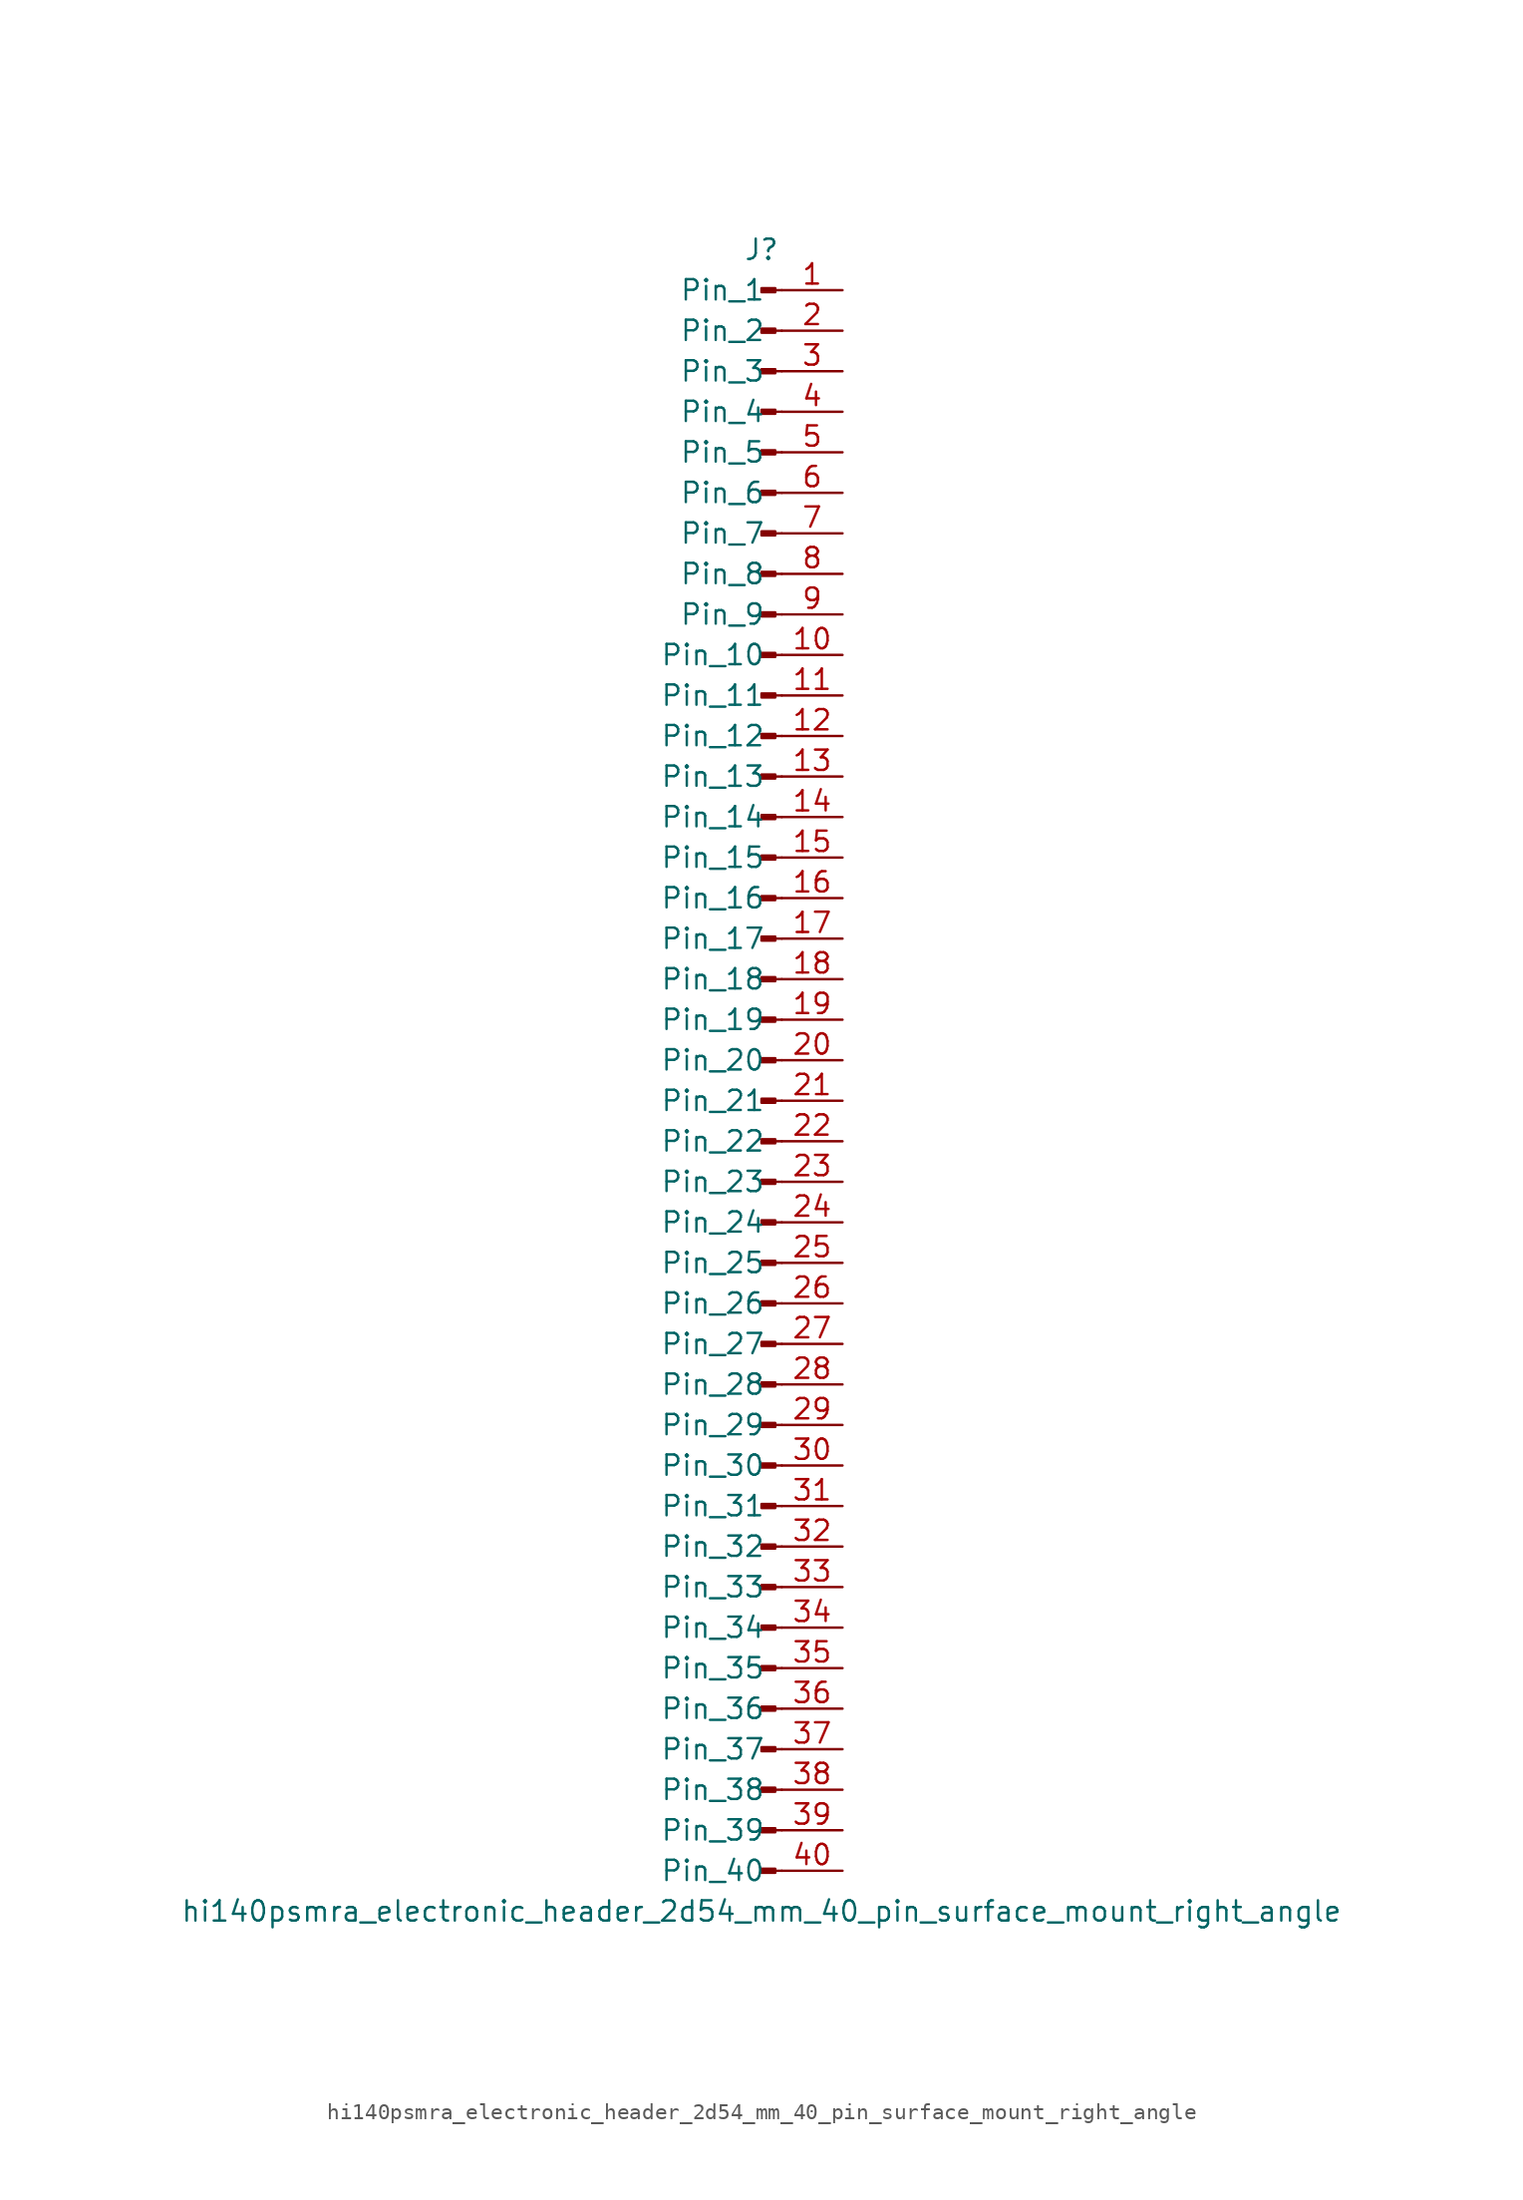
<source format=kicad_sym>
(kicad_symbol_lib
  (version 20220914)
  (generator kicad_symbol_editor)
  (symbol "hi140psmra_electronic_header_2d54_mm_40_pin_surface_mount_right_angle"
    (pin_names
      (offset 1.016))
    (property "Reference" "J"
      (at 0 50.8 0)
      (effects (font (size 1.27 1.27))))
    (property "Value" "hi140psmra_electronic_header_2d54_mm_40_pin_surface_mount_right_angle"
      (at 0 -53.34 0)
      (effects (font (size 1.27 1.27))))
    (property "ki_locked" ""
      (at 0 0 0)
      (effects (font (size 1.27 1.27))))
    (symbol "hi140psmra_electronic_header_2d54_mm_40_pin_surface_mount_right_angle_1_1"
      (polyline (pts (xy 1.27 -50.8) (xy 0.864 -50.8)) (stroke (width 0.152) (type default)) (fill (type none)))
      (polyline (pts (xy 1.27 -48.26) (xy 0.864 -48.26)) (stroke (width 0.152) (type default)) (fill (type none)))
      (polyline (pts (xy 1.27 -45.72) (xy 0.864 -45.72)) (stroke (width 0.152) (type default)) (fill (type none)))
      (polyline (pts (xy 1.27 -43.18) (xy 0.864 -43.18)) (stroke (width 0.152) (type default)) (fill (type none)))
      (polyline (pts (xy 1.27 -40.64) (xy 0.864 -40.64)) (stroke (width 0.152) (type default)) (fill (type none)))
      (polyline (pts (xy 1.27 -38.1) (xy 0.864 -38.1)) (stroke (width 0.152) (type default)) (fill (type none)))
      (polyline (pts (xy 1.27 -35.56) (xy 0.864 -35.56)) (stroke (width 0.152) (type default)) (fill (type none)))
      (polyline (pts (xy 1.27 -33.02) (xy 0.864 -33.02)) (stroke (width 0.152) (type default)) (fill (type none)))
      (polyline (pts (xy 1.27 -30.48) (xy 0.864 -30.48)) (stroke (width 0.152) (type default)) (fill (type none)))
      (polyline (pts (xy 1.27 -27.94) (xy 0.864 -27.94)) (stroke (width 0.152) (type default)) (fill (type none)))
      (polyline (pts (xy 1.27 -25.4) (xy 0.864 -25.4)) (stroke (width 0.152) (type default)) (fill (type none)))
      (polyline (pts (xy 1.27 -22.86) (xy 0.864 -22.86)) (stroke (width 0.152) (type default)) (fill (type none)))
      (polyline (pts (xy 1.27 -20.32) (xy 0.864 -20.32)) (stroke (width 0.152) (type default)) (fill (type none)))
      (polyline (pts (xy 1.27 -17.78) (xy 0.864 -17.78)) (stroke (width 0.152) (type default)) (fill (type none)))
      (polyline (pts (xy 1.27 -15.24) (xy 0.864 -15.24)) (stroke (width 0.152) (type default)) (fill (type none)))
      (polyline (pts (xy 1.27 -12.7) (xy 0.864 -12.7)) (stroke (width 0.152) (type default)) (fill (type none)))
      (polyline (pts (xy 1.27 -10.16) (xy 0.864 -10.16)) (stroke (width 0.152) (type default)) (fill (type none)))
      (polyline (pts (xy 1.27 -7.62) (xy 0.864 -7.62)) (stroke (width 0.152) (type default)) (fill (type none)))
      (polyline (pts (xy 1.27 -5.08) (xy 0.864 -5.08)) (stroke (width 0.152) (type default)) (fill (type none)))
      (polyline (pts (xy 1.27 -2.54) (xy 0.864 -2.54)) (stroke (width 0.152) (type default)) (fill (type none)))
      (polyline (pts (xy 1.27 0) (xy 0.864 0)) (stroke (width 0.152) (type default)) (fill (type none)))
      (polyline (pts (xy 1.27 2.54) (xy 0.864 2.54)) (stroke (width 0.152) (type default)) (fill (type none)))
      (polyline (pts (xy 1.27 5.08) (xy 0.864 5.08)) (stroke (width 0.152) (type default)) (fill (type none)))
      (polyline (pts (xy 1.27 7.62) (xy 0.864 7.62)) (stroke (width 0.152) (type default)) (fill (type none)))
      (polyline (pts (xy 1.27 10.16) (xy 0.864 10.16)) (stroke (width 0.152) (type default)) (fill (type none)))
      (polyline (pts (xy 1.27 12.7) (xy 0.864 12.7)) (stroke (width 0.152) (type default)) (fill (type none)))
      (polyline (pts (xy 1.27 15.24) (xy 0.864 15.24)) (stroke (width 0.152) (type default)) (fill (type none)))
      (polyline (pts (xy 1.27 17.78) (xy 0.864 17.78)) (stroke (width 0.152) (type default)) (fill (type none)))
      (polyline (pts (xy 1.27 20.32) (xy 0.864 20.32)) (stroke (width 0.152) (type default)) (fill (type none)))
      (polyline (pts (xy 1.27 22.86) (xy 0.864 22.86)) (stroke (width 0.152) (type default)) (fill (type none)))
      (polyline (pts (xy 1.27 25.4) (xy 0.864 25.4)) (stroke (width 0.152) (type default)) (fill (type none)))
      (polyline (pts (xy 1.27 27.94) (xy 0.864 27.94)) (stroke (width 0.152) (type default)) (fill (type none)))
      (polyline (pts (xy 1.27 30.48) (xy 0.864 30.48)) (stroke (width 0.152) (type default)) (fill (type none)))
      (polyline (pts (xy 1.27 33.02) (xy 0.864 33.02)) (stroke (width 0.152) (type default)) (fill (type none)))
      (polyline (pts (xy 1.27 35.56) (xy 0.864 35.56)) (stroke (width 0.152) (type default)) (fill (type none)))
      (polyline (pts (xy 1.27 38.1) (xy 0.864 38.1)) (stroke (width 0.152) (type default)) (fill (type none)))
      (polyline (pts (xy 1.27 40.64) (xy 0.864 40.64)) (stroke (width 0.152) (type default)) (fill (type none)))
      (polyline (pts (xy 1.27 43.18) (xy 0.864 43.18)) (stroke (width 0.152) (type default)) (fill (type none)))
      (polyline (pts (xy 1.27 45.72) (xy 0.864 45.72)) (stroke (width 0.152) (type default)) (fill (type none)))
      (polyline (pts (xy 1.27 48.26) (xy 0.864 48.26)) (stroke (width 0.152) (type default)) (fill (type none)))
      (rectangle (start 0.864 -50.673) (end 0 -50.927) (stroke (width 0.152) (type default)) (fill (type outline)))
      (rectangle (start 0.864 -48.133) (end 0 -48.387) (stroke (width 0.152) (type default)) (fill (type outline)))
      (rectangle (start 0.864 -45.593) (end 0 -45.847) (stroke (width 0.152) (type default)) (fill (type outline)))
      (rectangle (start 0.864 -43.053) (end 0 -43.307) (stroke (width 0.152) (type default)) (fill (type outline)))
      (rectangle (start 0.864 -40.513) (end 0 -40.767) (stroke (width 0.152) (type default)) (fill (type outline)))
      (rectangle (start 0.864 -37.973) (end 0 -38.227) (stroke (width 0.152) (type default)) (fill (type outline)))
      (rectangle (start 0.864 -35.433) (end 0 -35.687) (stroke (width 0.152) (type default)) (fill (type outline)))
      (rectangle (start 0.864 -32.893) (end 0 -33.147) (stroke (width 0.152) (type default)) (fill (type outline)))
      (rectangle (start 0.864 -30.353) (end 0 -30.607) (stroke (width 0.152) (type default)) (fill (type outline)))
      (rectangle (start 0.864 -27.813) (end 0 -28.067) (stroke (width 0.152) (type default)) (fill (type outline)))
      (rectangle (start 0.864 -25.273) (end 0 -25.527) (stroke (width 0.152) (type default)) (fill (type outline)))
      (rectangle (start 0.864 -22.733) (end 0 -22.987) (stroke (width 0.152) (type default)) (fill (type outline)))
      (rectangle (start 0.864 -20.193) (end 0 -20.447) (stroke (width 0.152) (type default)) (fill (type outline)))
      (rectangle (start 0.864 -17.653) (end 0 -17.907) (stroke (width 0.152) (type default)) (fill (type outline)))
      (rectangle (start 0.864 -15.113) (end 0 -15.367) (stroke (width 0.152) (type default)) (fill (type outline)))
      (rectangle (start 0.864 -12.573) (end 0 -12.827) (stroke (width 0.152) (type default)) (fill (type outline)))
      (rectangle (start 0.864 -10.033) (end 0 -10.287) (stroke (width 0.152) (type default)) (fill (type outline)))
      (rectangle (start 0.864 -7.493) (end 0 -7.747) (stroke (width 0.152) (type default)) (fill (type outline)))
      (rectangle (start 0.864 -4.953) (end 0 -5.207) (stroke (width 0.152) (type default)) (fill (type outline)))
      (rectangle (start 0.864 -2.413) (end 0 -2.667) (stroke (width 0.152) (type default)) (fill (type outline)))
      (rectangle (start 0.864 0.127) (end 0 -0.127) (stroke (width 0.152) (type default)) (fill (type outline)))
      (rectangle (start 0.864 2.667) (end 0 2.413) (stroke (width 0.152) (type default)) (fill (type outline)))
      (rectangle (start 0.864 5.207) (end 0 4.953) (stroke (width 0.152) (type default)) (fill (type outline)))
      (rectangle (start 0.864 7.747) (end 0 7.493) (stroke (width 0.152) (type default)) (fill (type outline)))
      (rectangle (start 0.864 10.287) (end 0 10.033) (stroke (width 0.152) (type default)) (fill (type outline)))
      (rectangle (start 0.864 12.827) (end 0 12.573) (stroke (width 0.152) (type default)) (fill (type outline)))
      (rectangle (start 0.864 15.367) (end 0 15.113) (stroke (width 0.152) (type default)) (fill (type outline)))
      (rectangle (start 0.864 17.907) (end 0 17.653) (stroke (width 0.152) (type default)) (fill (type outline)))
      (rectangle (start 0.864 20.447) (end 0 20.193) (stroke (width 0.152) (type default)) (fill (type outline)))
      (rectangle (start 0.864 22.987) (end 0 22.733) (stroke (width 0.152) (type default)) (fill (type outline)))
      (rectangle (start 0.864 25.527) (end 0 25.273) (stroke (width 0.152) (type default)) (fill (type outline)))
      (rectangle (start 0.864 28.067) (end 0 27.813) (stroke (width 0.152) (type default)) (fill (type outline)))
      (rectangle (start 0.864 30.607) (end 0 30.353) (stroke (width 0.152) (type default)) (fill (type outline)))
      (rectangle (start 0.864 33.147) (end 0 32.893) (stroke (width 0.152) (type default)) (fill (type outline)))
      (rectangle (start 0.864 35.687) (end 0 35.433) (stroke (width 0.152) (type default)) (fill (type outline)))
      (rectangle (start 0.864 38.227) (end 0 37.973) (stroke (width 0.152) (type default)) (fill (type outline)))
      (rectangle (start 0.864 40.767) (end 0 40.513) (stroke (width 0.152) (type default)) (fill (type outline)))
      (rectangle (start 0.864 43.307) (end 0 43.053) (stroke (width 0.152) (type default)) (fill (type outline)))
      (rectangle (start 0.864 45.847) (end 0 45.593) (stroke (width 0.152) (type default)) (fill (type outline)))
      (rectangle (start 0.864 48.387) (end 0 48.133) (stroke (width 0.152) (type default)) (fill (type outline)))
      (pin passive line (at 5.08 48.26 180) (length 3.81) (name "Pin_1" (effects (font (size 1.27 1.27)))) (number "1" (effects (font (size 1.27 1.27)))))
      (pin passive line (at 5.08 25.4 180) (length 3.81) (name "Pin_10" (effects (font (size 1.27 1.27)))) (number "10" (effects (font (size 1.27 1.27)))))
      (pin passive line (at 5.08 22.86 180) (length 3.81) (name "Pin_11" (effects (font (size 1.27 1.27)))) (number "11" (effects (font (size 1.27 1.27)))))
      (pin passive line (at 5.08 20.32 180) (length 3.81) (name "Pin_12" (effects (font (size 1.27 1.27)))) (number "12" (effects (font (size 1.27 1.27)))))
      (pin passive line (at 5.08 17.78 180) (length 3.81) (name "Pin_13" (effects (font (size 1.27 1.27)))) (number "13" (effects (font (size 1.27 1.27)))))
      (pin passive line (at 5.08 15.24 180) (length 3.81) (name "Pin_14" (effects (font (size 1.27 1.27)))) (number "14" (effects (font (size 1.27 1.27)))))
      (pin passive line (at 5.08 12.7 180) (length 3.81) (name "Pin_15" (effects (font (size 1.27 1.27)))) (number "15" (effects (font (size 1.27 1.27)))))
      (pin passive line (at 5.08 10.16 180) (length 3.81) (name "Pin_16" (effects (font (size 1.27 1.27)))) (number "16" (effects (font (size 1.27 1.27)))))
      (pin passive line (at 5.08 7.62 180) (length 3.81) (name "Pin_17" (effects (font (size 1.27 1.27)))) (number "17" (effects (font (size 1.27 1.27)))))
      (pin passive line (at 5.08 5.08 180) (length 3.81) (name "Pin_18" (effects (font (size 1.27 1.27)))) (number "18" (effects (font (size 1.27 1.27)))))
      (pin passive line (at 5.08 2.54 180) (length 3.81) (name "Pin_19" (effects (font (size 1.27 1.27)))) (number "19" (effects (font (size 1.27 1.27)))))
      (pin passive line (at 5.08 45.72 180) (length 3.81) (name "Pin_2" (effects (font (size 1.27 1.27)))) (number "2" (effects (font (size 1.27 1.27)))))
      (pin passive line (at 5.08 0 180) (length 3.81) (name "Pin_20" (effects (font (size 1.27 1.27)))) (number "20" (effects (font (size 1.27 1.27)))))
      (pin passive line (at 5.08 -2.54 180) (length 3.81) (name "Pin_21" (effects (font (size 1.27 1.27)))) (number "21" (effects (font (size 1.27 1.27)))))
      (pin passive line (at 5.08 -5.08 180) (length 3.81) (name "Pin_22" (effects (font (size 1.27 1.27)))) (number "22" (effects (font (size 1.27 1.27)))))
      (pin passive line (at 5.08 -7.62 180) (length 3.81) (name "Pin_23" (effects (font (size 1.27 1.27)))) (number "23" (effects (font (size 1.27 1.27)))))
      (pin passive line (at 5.08 -10.16 180) (length 3.81) (name "Pin_24" (effects (font (size 1.27 1.27)))) (number "24" (effects (font (size 1.27 1.27)))))
      (pin passive line (at 5.08 -12.7 180) (length 3.81) (name "Pin_25" (effects (font (size 1.27 1.27)))) (number "25" (effects (font (size 1.27 1.27)))))
      (pin passive line (at 5.08 -15.24 180) (length 3.81) (name "Pin_26" (effects (font (size 1.27 1.27)))) (number "26" (effects (font (size 1.27 1.27)))))
      (pin passive line (at 5.08 -17.78 180) (length 3.81) (name "Pin_27" (effects (font (size 1.27 1.27)))) (number "27" (effects (font (size 1.27 1.27)))))
      (pin passive line (at 5.08 -20.32 180) (length 3.81) (name "Pin_28" (effects (font (size 1.27 1.27)))) (number "28" (effects (font (size 1.27 1.27)))))
      (pin passive line (at 5.08 -22.86 180) (length 3.81) (name "Pin_29" (effects (font (size 1.27 1.27)))) (number "29" (effects (font (size 1.27 1.27)))))
      (pin passive line (at 5.08 43.18 180) (length 3.81) (name "Pin_3" (effects (font (size 1.27 1.27)))) (number "3" (effects (font (size 1.27 1.27)))))
      (pin passive line (at 5.08 -25.4 180) (length 3.81) (name "Pin_30" (effects (font (size 1.27 1.27)))) (number "30" (effects (font (size 1.27 1.27)))))
      (pin passive line (at 5.08 -27.94 180) (length 3.81) (name "Pin_31" (effects (font (size 1.27 1.27)))) (number "31" (effects (font (size 1.27 1.27)))))
      (pin passive line (at 5.08 -30.48 180) (length 3.81) (name "Pin_32" (effects (font (size 1.27 1.27)))) (number "32" (effects (font (size 1.27 1.27)))))
      (pin passive line (at 5.08 -33.02 180) (length 3.81) (name "Pin_33" (effects (font (size 1.27 1.27)))) (number "33" (effects (font (size 1.27 1.27)))))
      (pin passive line (at 5.08 -35.56 180) (length 3.81) (name "Pin_34" (effects (font (size 1.27 1.27)))) (number "34" (effects (font (size 1.27 1.27)))))
      (pin passive line (at 5.08 -38.1 180) (length 3.81) (name "Pin_35" (effects (font (size 1.27 1.27)))) (number "35" (effects (font (size 1.27 1.27)))))
      (pin passive line (at 5.08 -40.64 180) (length 3.81) (name "Pin_36" (effects (font (size 1.27 1.27)))) (number "36" (effects (font (size 1.27 1.27)))))
      (pin passive line (at 5.08 -43.18 180) (length 3.81) (name "Pin_37" (effects (font (size 1.27 1.27)))) (number "37" (effects (font (size 1.27 1.27)))))
      (pin passive line (at 5.08 -45.72 180) (length 3.81) (name "Pin_38" (effects (font (size 1.27 1.27)))) (number "38" (effects (font (size 1.27 1.27)))))
      (pin passive line (at 5.08 -48.26 180) (length 3.81) (name "Pin_39" (effects (font (size 1.27 1.27)))) (number "39" (effects (font (size 1.27 1.27)))))
      (pin passive line (at 5.08 40.64 180) (length 3.81) (name "Pin_4" (effects (font (size 1.27 1.27)))) (number "4" (effects (font (size 1.27 1.27)))))
      (pin passive line (at 5.08 -50.8 180) (length 3.81) (name "Pin_40" (effects (font (size 1.27 1.27)))) (number "40" (effects (font (size 1.27 1.27)))))
      (pin passive line (at 5.08 38.1 180) (length 3.81) (name "Pin_5" (effects (font (size 1.27 1.27)))) (number "5" (effects (font (size 1.27 1.27)))))
      (pin passive line (at 5.08 35.56 180) (length 3.81) (name "Pin_6" (effects (font (size 1.27 1.27)))) (number "6" (effects (font (size 1.27 1.27)))))
      (pin passive line (at 5.08 33.02 180) (length 3.81) (name "Pin_7" (effects (font (size 1.27 1.27)))) (number "7" (effects (font (size 1.27 1.27)))))
      (pin passive line (at 5.08 30.48 180) (length 3.81) (name "Pin_8" (effects (font (size 1.27 1.27)))) (number "8" (effects (font (size 1.27 1.27)))))
      (pin passive line (at 5.08 27.94 180) (length 3.81) (name "Pin_9" (effects (font (size 1.27 1.27)))) (number "9" (effects (font (size 1.27 1.27))))))))
</source>
